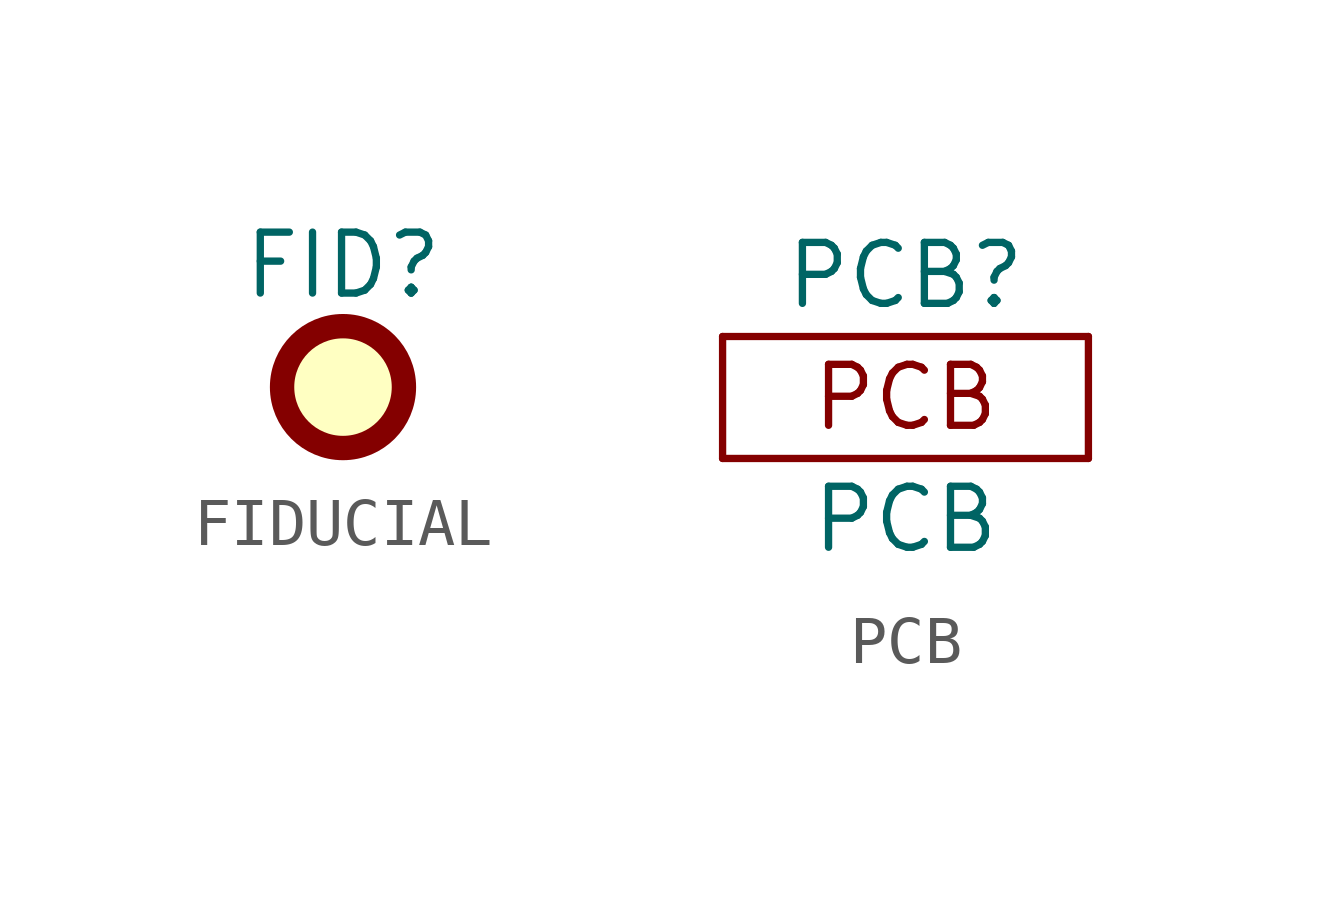
<source format=kicad_sym>
(kicad_symbol_lib
  (version 20211014)
  (generator kicad_symbol_editor)
  (symbol "FIDUCIAL"
    (pin_numbers hide)
    (pin_names
      (offset 0) hide)
    (property "Reference" "FID"
      (at 0 2.54 0)
      (effects (font (size 1.27 1.27))))
    (symbol "FIDUCIAL_0_1"
      (circle (center 0 0) (radius 1.27) (stroke (width 0.508) (type default) (color 0 0 0 0)) (fill (type background)))))
  (symbol "PCB"
    (pin_numbers hide)
    (pin_names
      (offset 0) hide)
    (property "Reference" "PCB"
      (at 0 2.54 0)
      (effects (font (size 1.27 1.27))))
    (property "Value" "PCB"
      (at 0 -2.54 0)
      (effects (font (size 1.27 1.27))))
    (symbol "PCB_0_0"
      (text "PCB" (at 0 0 0) (effects (font (size 1.27 1.27)))))
    (symbol "PCB_0_1"
      (rectangle (start -3.81 -1.27) (end -3.81 1.27) (stroke (width 0) (type default) (color 0 0 0 0)) (fill (type none)))
      (rectangle (start -3.81 -1.27) (end 3.81 -1.27) (stroke (width 0) (type default) (color 0 0 0 0)) (fill (type none)))
      (rectangle (start 3.81 1.27) (end -3.81 1.27) (stroke (width 0) (type default) (color 0 0 0 0)) (fill (type none)))
      (rectangle (start 3.81 1.27) (end 3.81 -1.27) (stroke (width 0) (type default) (color 0 0 0 0)) (fill (type none))))))
</source>
